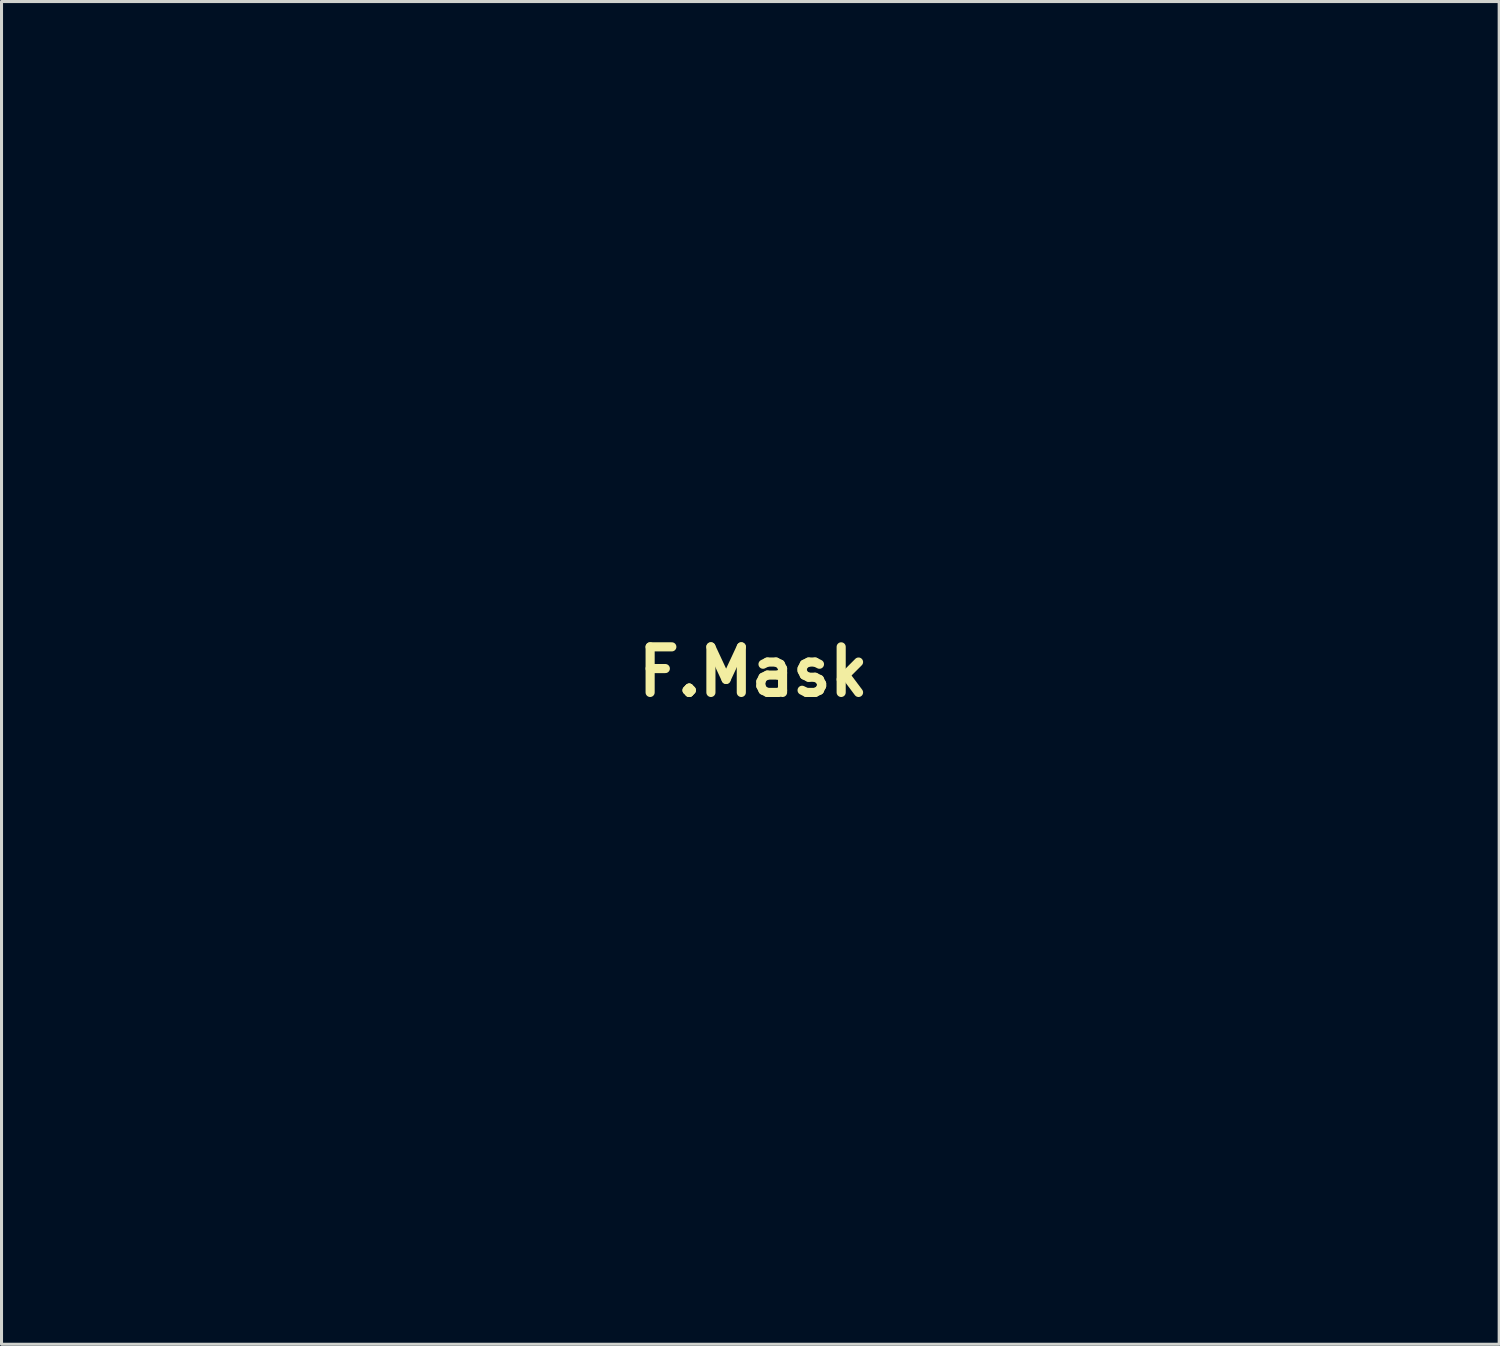
<source format=kicad_pcb>
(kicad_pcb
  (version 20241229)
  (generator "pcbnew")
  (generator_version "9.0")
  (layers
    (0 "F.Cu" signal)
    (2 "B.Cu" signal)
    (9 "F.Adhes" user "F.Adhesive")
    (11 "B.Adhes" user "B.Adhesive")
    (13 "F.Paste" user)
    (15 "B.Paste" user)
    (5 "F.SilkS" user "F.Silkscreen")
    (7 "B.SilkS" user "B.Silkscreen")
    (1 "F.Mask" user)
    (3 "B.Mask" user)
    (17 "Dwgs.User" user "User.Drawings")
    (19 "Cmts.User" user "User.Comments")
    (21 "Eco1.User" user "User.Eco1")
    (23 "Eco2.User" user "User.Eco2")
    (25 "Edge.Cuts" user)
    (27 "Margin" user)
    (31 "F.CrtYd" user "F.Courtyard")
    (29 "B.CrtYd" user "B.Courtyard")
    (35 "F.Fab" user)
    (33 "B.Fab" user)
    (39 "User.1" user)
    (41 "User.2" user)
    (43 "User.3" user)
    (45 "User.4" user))
  (footprint "F.Mask"
    (layer "F.Cu")
    (at 21.733 19.054)
    (property "Reference" "F.Mask" (at 0 0 0) (layer "F.SilkS") (effects (font (size 1.5 1.5) (thickness 0.3))))
    (attr board_only exclude_from_pos_files exclude_from_bom)
    (fp_poly (pts (xy -1.41 -4.146) (xy 0.191 -4.134) (xy 0.202 -0.943) (xy 0.213 2.247) (xy -1.399 2.247) (xy -3.011 2.247) (xy -3.011 -0.955) (xy -3.011 -4.157)) (stroke (width 0) (type solid)) (fill yes) (layer "F.Mask"))
    (fp_poly (pts (xy 17.848 12.488) (xy 17.871 12.505) (xy 17.85 12.548) (xy 17.768 12.633) (xy 17.633 12.752) (xy 17.455 12.898) (xy 17.241 13.066) (xy 17.001 13.247) (xy 16.743 13.435) (xy 16.476 13.623) (xy 16.472 13.625) (xy 16.265 13.766) (xy 16.117 13.862) (xy 16.017 13.918) (xy 15.956 13.941) (xy 15.923 13.934) (xy 15.914 13.918) (xy 15.886 13.847) (xy 15.834 13.72) (xy 15.769 13.563) (xy 15.746 13.507) (xy 15.682 13.348) (xy 15.633 13.215) (xy 15.607 13.131) (xy 15.605 13.117) (xy 15.645 13.08) (xy 15.764 13.026) (xy 15.965 12.956) (xy 16.247 12.867) (xy 16.61 12.762) (xy 16.962 12.664) (xy 17.267 12.583) (xy 17.5 12.526) (xy 17.669 12.492) (xy 17.782 12.48)) (stroke (width 0) (type solid)) (fill yes) (layer "F.Mask"))
    (fp_poly (pts (xy 6.148 9.222) (xy 6.292 9.294) (xy 6.493 9.408) (xy 6.755 9.567) (xy 6.954 9.692) (xy 7.183 9.839) (xy 7.433 10.004) (xy 7.694 10.18) (xy 7.959 10.36) (xy 8.216 10.538) (xy 8.458 10.708) (xy 8.675 10.862) (xy 8.857 10.995) (xy 8.995 11.1) (xy 9.081 11.171) (xy 9.104 11.199) (xy 9.071 11.236) (xy 8.987 11.316) (xy 8.865 11.428) (xy 8.718 11.561) (xy 8.558 11.704) (xy 8.398 11.846) (xy 8.251 11.974) (xy 8.129 12.079) (xy 8.046 12.147) (xy 8.015 12.169) (xy 7.984 12.137) (xy 7.911 12.046) (xy 7.803 11.907) (xy 7.669 11.731) (xy 7.516 11.528) (xy 7.484 11.485) (xy 7.155 11.038) (xy 6.862 10.631) (xy 6.608 10.267) (xy 6.395 9.951) (xy 6.226 9.684) (xy 6.103 9.472) (xy 6.027 9.316) (xy 6.001 9.222) (xy 6.009 9.197) (xy 6.055 9.191)) (stroke (width 0) (type solid)) (fill yes) (layer "F.Mask"))
    (fp_poly (pts (xy 6.994 13.274) (xy 7.143 13.279) (xy 7.234 13.29) (xy 7.279 13.308) (xy 7.293 13.335) (xy 7.293 13.34) (xy 7.29 13.424) (xy 7.279 13.569) (xy 7.264 13.754) (xy 7.245 13.957) (xy 7.226 14.159) (xy 7.208 14.337) (xy 7.193 14.47) (xy 7.184 14.534) (xy 7.14 14.61) (xy 7.091 14.626) (xy 7.032 14.616) (xy 6.902 14.589) (xy 6.711 14.547) (xy 6.472 14.494) (xy 6.195 14.432) (xy 5.893 14.362) (xy 5.852 14.353) (xy 5.533 14.28) (xy 5.226 14.21) (xy 4.945 14.148) (xy 4.704 14.095) (xy 4.518 14.055) (xy 4.4 14.032) (xy 4.399 14.032) (xy 4.257 14.002) (xy 4.154 13.972) (xy 4.113 13.948) (xy 4.113 13.948) (xy 4.153 13.913) (xy 4.264 13.861) (xy 4.436 13.794) (xy 4.659 13.718) (xy 4.922 13.634) (xy 5.215 13.547) (xy 5.528 13.46) (xy 5.831 13.38) (xy 6.063 13.327) (xy 6.275 13.295) (xy 6.501 13.278) (xy 6.774 13.273)) (stroke (width 0) (type solid)) (fill yes) (layer "F.Mask"))
    (fp_poly (pts (xy 15.711 8.792) (xy 15.703 8.911) (xy 15.682 9.075) (xy 15.65 9.27) (xy 15.609 9.485) (xy 15.56 9.706) (xy 15.506 9.921) (xy 15.45 10.118) (xy 15.424 10.199) (xy 15.361 10.373) (xy 15.28 10.581) (xy 15.188 10.809) (xy 15.089 11.044) (xy 14.989 11.272) (xy 14.895 11.482) (xy 14.812 11.659) (xy 14.746 11.79) (xy 14.702 11.862) (xy 14.69 11.872) (xy 14.634 11.852) (xy 14.528 11.798) (xy 14.398 11.724) (xy 14.266 11.64) (xy 14.112 11.537) (xy 13.953 11.426) (xy 13.804 11.318) (xy 13.68 11.224) (xy 13.596 11.155) (xy 13.569 11.124) (xy 13.597 11.089) (xy 13.674 10.998) (xy 13.796 10.858) (xy 13.955 10.676) (xy 14.147 10.459) (xy 14.363 10.215) (xy 14.599 9.949) (xy 14.616 9.931) (xy 14.853 9.664) (xy 15.073 9.418) (xy 15.267 9.199) (xy 15.431 9.015) (xy 15.558 8.872) (xy 15.642 8.778) (xy 15.676 8.739) (xy 15.676 8.739) (xy 15.702 8.731)) (stroke (width 0) (type solid)) (fill yes) (layer "F.Mask"))
    (fp_poly (pts (xy 11.43 6.823) (xy 11.473 6.927) (xy 11.53 7.083) (xy 11.598 7.275) (xy 11.671 7.49) (xy 11.745 7.712) (xy 11.814 7.927) (xy 11.873 8.119) (xy 11.918 8.275) (xy 11.932 8.332) (xy 11.97 8.506) (xy 12.01 8.719) (xy 12.043 8.924) (xy 12.043 8.926) (xy 12.064 9.054) (xy 12.1 9.242) (xy 12.145 9.473) (xy 12.198 9.731) (xy 12.253 9.998) (xy 12.309 10.258) (xy 12.36 10.493) (xy 12.404 10.686) (xy 12.437 10.821) (xy 12.448 10.858) (xy 12.448 10.896) (xy 12.408 10.909) (xy 12.31 10.902) (xy 12.245 10.893) (xy 12.117 10.883) (xy 11.927 10.879) (xy 11.698 10.879) (xy 11.455 10.883) (xy 11.218 10.892) (xy 11.012 10.903) (xy 10.859 10.918) (xy 10.84 10.921) (xy 10.755 10.927) (xy 10.73 10.891) (xy 10.736 10.824) (xy 10.788 10.494) (xy 10.844 10.135) (xy 10.905 9.755) (xy 10.968 9.364) (xy 11.032 8.971) (xy 11.095 8.584) (xy 11.157 8.213) (xy 11.215 7.865) (xy 11.268 7.551) (xy 11.315 7.279) (xy 11.354 7.058) (xy 11.384 6.896) (xy 11.402 6.804) (xy 11.408 6.785)) (stroke (width 0) (type solid)) (fill yes) (layer "F.Mask"))
    (fp_poly (pts (xy 11.555 12.013) (xy 11.898 12.026) (xy 12.174 12.045) (xy 12.404 12.074) (xy 12.605 12.117) (xy 12.796 12.177) (xy 12.997 12.256) (xy 13.095 12.3) (xy 13.519 12.537) (xy 13.925 12.854) (xy 14.31 13.249) (xy 14.672 13.717) (xy 15.007 14.257) (xy 15.179 14.581) (xy 15.263 14.755) (xy 15.329 14.901) (xy 15.369 15.001) (xy 15.376 15.041) (xy 15.312 15.069) (xy 15.179 15.101) (xy 14.993 15.134) (xy 14.768 15.167) (xy 14.521 15.197) (xy 14.267 15.222) (xy 14.267 15.222) (xy 14.145 15.228) (xy 13.951 15.234) (xy 13.693 15.239) (xy 13.381 15.244) (xy 13.023 15.248) (xy 12.629 15.251) (xy 12.207 15.254) (xy 11.767 15.256) (xy 11.318 15.258) (xy 10.869 15.259) (xy 10.428 15.259) (xy 10.005 15.258) (xy 9.609 15.257) (xy 9.248 15.254) (xy 8.933 15.251) (xy 8.671 15.247) (xy 8.472 15.243) (xy 8.345 15.237) (xy 8.315 15.234) (xy 8.171 15.217) (xy 8.199 14.764) (xy 8.252 14.289) (xy 8.356 13.868) (xy 8.519 13.486) (xy 8.697 13.203) (xy 10.26 13.203) (xy 10.321 13.384) (xy 10.446 13.552) (xy 10.633 13.696) (xy 10.879 13.808) (xy 11.11 13.866) (xy 11.226 13.883) (xy 11.329 13.888) (xy 11.449 13.879) (xy 11.613 13.855) (xy 11.68 13.844) (xy 11.92 13.775) (xy 12.127 13.658) (xy 12.291 13.507) (xy 12.403 13.332) (xy 12.452 13.146) (xy 12.427 12.962) (xy 12.424 12.954) (xy 12.327 12.781) (xy 12.169 12.632) (xy 11.979 12.516) (xy 11.866 12.461) (xy 11.76 12.428) (xy 11.634 12.41) (xy 11.462 12.404) (xy 11.364 12.403) (xy 11.163 12.406) (xy 11.017 12.419) (xy 10.9 12.446) (xy 10.781 12.493) (xy 10.717 12.523) (xy 10.492 12.667) (xy 10.343 12.835) (xy 10.266 13.017) (xy 10.26 13.203) (xy 8.697 13.203) (xy 8.747 13.124) (xy 9.049 12.767) (xy 9.128 12.686) (xy 9.358 12.48) (xy 9.606 12.315) (xy 9.882 12.188) (xy 10.196 12.098) (xy 10.559 12.04) (xy 10.981 12.012) (xy 11.473 12.011)) (stroke (width 0) (type solid)) (fill yes) (layer "F.Mask"))
    (fp_poly (pts (xy 0.167 -19.052) (xy 0.437 -19.041) (xy 0.665 -19.021) (xy 0.784 -19.002) (xy 1.454 -18.825) (xy 2.066 -18.586) (xy 2.622 -18.285) (xy 3.124 -17.92) (xy 3.577 -17.489) (xy 3.928 -17.064) (xy 4.222 -16.621) (xy 4.472 -16.144) (xy 4.685 -15.617) (xy 4.865 -15.028) (xy 4.917 -14.822) (xy 5.065 -14.324) (xy 5.255 -13.889) (xy 5.495 -13.501) (xy 5.796 -13.146) (xy 6.117 -12.848) (xy 6.643 -12.459) (xy 7.216 -12.134) (xy 7.821 -11.881) (xy 8.152 -11.778) (xy 8.234 -11.756) (xy 8.313 -11.738) (xy 8.395 -11.723) (xy 8.49 -11.711) (xy 8.607 -11.702) (xy 8.752 -11.695) (xy 8.934 -11.689) (xy 9.162 -11.686) (xy 9.443 -11.684) (xy 9.787 -11.683) (xy 10.2 -11.682) (xy 10.58 -11.682) (xy 11.057 -11.683) (xy 11.561 -11.684) (xy 12.076 -11.686) (xy 12.584 -11.688) (xy 13.067 -11.691) (xy 13.509 -11.694) (xy 13.893 -11.697) (xy 14.057 -11.699) (xy 14.456 -11.703) (xy 14.781 -11.705) (xy 15.042 -11.704) (xy 15.25 -11.7) (xy 15.415 -11.693) (xy 15.547 -11.682) (xy 15.658 -11.667) (xy 15.757 -11.648) (xy 15.763 -11.647) (xy 16.336 -11.475) (xy 16.88 -11.228) (xy 17.388 -10.911) (xy 17.855 -10.53) (xy 18.276 -10.091) (xy 18.646 -9.599) (xy 18.959 -9.06) (xy 19.21 -8.48) (xy 19.392 -7.865) (xy 19.407 -7.801) (xy 19.416 -7.752) (xy 19.425 -7.691) (xy 19.433 -7.616) (xy 19.44 -7.521) (xy 19.446 -7.402) (xy 19.452 -7.257) (xy 19.457 -7.079) (xy 19.462 -6.865) (xy 19.466 -6.612) (xy 19.47 -6.314) (xy 19.473 -5.968) (xy 19.476 -5.57) (xy 19.479 -5.115) (xy 19.482 -4.599) (xy 19.485 -4.019) (xy 19.487 -3.369) (xy 19.489 -2.647) (xy 19.492 -1.847) (xy 19.494 -1.128) (xy 19.496 -0.271) (xy 19.498 0.507) (xy 19.5 1.209) (xy 19.501 1.841) (xy 19.502 2.407) (xy 19.503 2.911) (xy 19.502 3.359) (xy 19.502 3.756) (xy 19.5 4.106) (xy 19.498 4.413) (xy 19.496 4.683) (xy 19.492 4.921) (xy 19.488 5.13) (xy 19.482 5.316) (xy 19.476 5.484) (xy 19.469 5.638) (xy 19.461 5.783) (xy 19.451 5.923) (xy 19.441 6.064) (xy 19.429 6.21) (xy 19.416 6.367) (xy 19.413 6.398) (xy 19.38 6.86) (xy 19.353 7.373) (xy 19.333 7.925) (xy 19.319 8.5) (xy 19.311 9.085) (xy 19.31 9.666) (xy 19.315 10.228) (xy 19.327 10.758) (xy 19.346 11.241) (xy 19.371 11.664) (xy 19.392 11.916) (xy 19.508 12.909) (xy 19.652 13.833) (xy 19.826 14.7) (xy 20.035 15.52) (xy 20.282 16.307) (xy 20.57 17.072) (xy 20.903 17.827) (xy 21.284 18.584) (xy 21.387 18.774) (xy 21.475 18.937) (xy 21.525 19.039) (xy 21.542 19.096) (xy 21.528 19.119) (xy 21.488 19.124) (xy 21.485 19.124) (xy 21.44 19.112) (xy 21.391 19.068) (xy 21.331 18.981) (xy 21.252 18.839) (xy 21.147 18.631) (xy 21.144 18.626) (xy 21.067 18.473) (xy 20.957 18.258) (xy 20.818 17.992) (xy 20.659 17.687) (xy 20.485 17.355) (xy 20.302 17.008) (xy 20.117 16.659) (xy 20.115 16.656) (xy 19.937 16.32) (xy 19.768 16) (xy 19.613 15.703) (xy 19.476 15.441) (xy 19.363 15.223) (xy 19.279 15.058) (xy 19.229 14.957) (xy 19.225 14.948) (xy 19.181 14.841) (xy 19.141 14.719) (xy 19.103 14.575) (xy 19.068 14.402) (xy 19.034 14.195) (xy 19.001 13.948) (xy 18.968 13.655) (xy 18.934 13.309) (xy 18.899 12.904) (xy 18.861 12.435) (xy 18.821 11.895) (xy 18.777 11.278) (xy 18.764 11.089) (xy 18.712 10.377) (xy 18.663 9.746) (xy 18.615 9.189) (xy 18.567 8.703) (xy 18.52 8.283) (xy 18.471 7.923) (xy 18.422 7.62) (xy 18.372 7.367) (xy 18.318 7.161) (xy 18.263 6.998) (xy 18.192 6.846) (xy 18.115 6.751) (xy 18.017 6.689) (xy 17.811 6.61) (xy 17.525 6.536) (xy 17.158 6.468) (xy 16.71 6.404) (xy 16.182 6.346) (xy 15.572 6.293) (xy 14.879 6.245) (xy 14.105 6.202) (xy 13.247 6.164) (xy 12.307 6.131) (xy 11.283 6.102) (xy 10.174 6.079) (xy 9.498 6.068) (xy 9.257 6.065) (xy 8.942 6.063) (xy 8.558 6.061) (xy 8.109 6.059) (xy 7.601 6.058) (xy 7.037 6.057) (xy 6.423 6.056) (xy 5.763 6.056) (xy 5.062 6.056) (xy 4.324 6.056) (xy 3.555 6.057) (xy 2.758 6.058) (xy 1.94 6.059) (xy 1.104 6.06) (xy 0.254 6.062) (xy -0.603 6.064) (xy -1.464 6.066) (xy -2.324 6.068) (xy -3.178 6.071) (xy -4.022 6.074) (xy -4.85 6.077) (xy -5.659 6.08) (xy -6.443 6.083) (xy -7.197 6.086) (xy -7.918 6.09) (xy -8.6 6.093) (xy -9.239 6.097) (xy -9.83 6.1) (xy -10.368 6.104) (xy -10.848 6.108) (xy -11.267 6.112) (xy -11.619 6.116) (xy -11.899 6.119) (xy -12.103 6.123) (xy -12.212 6.127) (xy -12.383 6.133) (xy -12.624 6.141) (xy -12.921 6.151) (xy -13.26 6.162) (xy -13.625 6.173) (xy -14.004 6.185) (xy -14.269 6.193) (xy -15.192 6.222) (xy -16.054 6.256) (xy -16.852 6.294) (xy -17.586 6.336) (xy -18.251 6.381) (xy -18.848 6.43) (xy -19.373 6.482) (xy -19.824 6.537) (xy -20.199 6.594) (xy -20.497 6.655) (xy -20.714 6.717) (xy -20.85 6.782) (xy -20.876 6.804) (xy -20.906 6.853) (xy -20.932 6.941) (xy -20.955 7.078) (xy -20.977 7.275) (xy -20.999 7.54) (xy -21.011 7.718) (xy -21.031 8.002) (xy -21.049 8.212) (xy -21.067 8.359) (xy -21.085 8.452) (xy -21.107 8.503) (xy -21.134 8.522) (xy -21.144 8.523) (xy -21.177 8.51) (xy -21.191 8.457) (xy -21.189 8.349) (xy -21.18 8.237) (xy -21.172 8.073) (xy -21.174 7.841) (xy -21.182 7.555) (xy -21.198 7.233) (xy -21.219 6.888) (xy -21.245 6.538) (xy -21.276 6.198) (xy -21.307 5.899) (xy -21.323 5.735) (xy -21.341 5.499) (xy -21.359 5.204) (xy -21.379 4.863) (xy -21.397 4.488) (xy -21.415 4.093) (xy -21.427 3.816) (xy -20.82 3.816) (xy -20.82 5.385) (xy -14.481 5.385) (xy -8.142 5.385) (xy -8.142 3.816) (xy -8.142 2.247) (xy -14.481 2.247) (xy -20.82 2.247) (xy -20.82 3.816) (xy -21.427 3.816) (xy -21.432 3.689) (xy -21.435 3.601) (xy -21.452 3.137) (xy -21.471 2.625) (xy -21.492 2.088) (xy -21.512 1.551) (xy -21.532 1.035) (xy -21.55 0.564) (xy -21.562 0.276) (xy -21.596 -0.596) (xy -21.605 -0.823) (xy -20.986 -0.823) (xy -20.978 -0.781) (xy -20.951 -0.668) (xy -20.908 -0.496) (xy -20.851 -0.276) (xy -20.784 -0.018) (xy -20.71 0.266) (xy -20.631 0.565) (xy -20.55 0.867) (xy -20.471 1.162) (xy -20.396 1.439) (xy -20.329 1.686) (xy -20.272 1.893) (xy -20.228 2.047) (xy -20.2 2.139) (xy -20.195 2.153) (xy -20.14 2.192) (xy -20.083 2.188) (xy -20.032 2.174) (xy -19.904 2.14) (xy -19.704 2.086) (xy -19.435 2.015) (xy -19.103 1.926) (xy -18.712 1.821) (xy -18.267 1.702) (xy -17.772 1.569) (xy -17.233 1.425) (xy -16.653 1.269) (xy -16.037 1.105) (xy -15.391 0.931) (xy -14.718 0.751) (xy -14.472 0.685) (xy -6.144 0.685) (xy -6.144 1.139) (xy -6.142 1.531) (xy -6.137 1.867) (xy -6.131 2.153) (xy -6.121 2.395) (xy -6.109 2.599) (xy -6.092 2.771) (xy -6.072 2.916) (xy -6.048 3.04) (xy -6.018 3.149) (xy -5.984 3.25) (xy -5.944 3.346) (xy -5.898 3.446) (xy -5.846 3.553) (xy -5.831 3.583) (xy -5.566 4.036) (xy -5.241 4.432) (xy -4.861 4.768) (xy -4.432 5.038) (xy -3.96 5.237) (xy -3.74 5.302) (xy -3.441 5.354) (xy -3.095 5.374) (xy -2.736 5.365) (xy -2.394 5.326) (xy -2.101 5.258) (xy -2.099 5.258) (xy -1.605 5.06) (xy -1.162 4.796) (xy -0.775 4.47) (xy -0.447 4.086) (xy -0.181 3.646) (xy -0.173 3.629) (xy -0.096 3.464) (xy -0.033 3.305) (xy 0.023 3.131) (xy 0.078 2.921) (xy 0.138 2.655) (xy 0.162 2.544) (xy 0.173 2.519) (xy 0.182 2.561) (xy 0.19 2.673) (xy 0.197 2.858) (xy 0.201 3.119) (xy 0.205 3.46) (xy 0.207 3.869) (xy 0.212 5.385) (xy 1.781 5.385) (xy 3.35 5.385) (xy 5.934 5.385) (xy 7.504 5.385) (xy 9.074 5.385) (xy 9.074 2.389) (xy 9.075 1.894) (xy 9.076 1.425) (xy 9.077 0.989) (xy 9.079 0.593) (xy 9.082 0.242) (xy 9.084 -0.055) (xy 9.087 -0.293) (xy 9.091 -0.464) (xy 9.095 -0.563) (xy 9.098 -0.585) (xy 9.117 -0.535) (xy 9.15 -0.424) (xy 9.19 -0.272) (xy 9.204 -0.212) (xy 9.36 0.262) (xy 9.589 0.703) (xy 9.885 1.104) (xy 10.239 1.457) (xy 10.645 1.752) (xy 11.094 1.982) (xy 11.301 2.06) (xy 11.661 2.149) (xy 12.061 2.196) (xy 12.469 2.199) (xy 12.85 2.156) (xy 12.916 2.143) (xy 13.404 1.994) (xy 13.859 1.772) (xy 14.271 1.483) (xy 14.632 1.134) (xy 14.934 0.733) (xy 15.093 0.449) (xy 15.17 0.284) (xy 15.233 0.125) (xy 15.288 -0.049) (xy 15.343 -0.259) (xy 15.403 -0.525) (xy 15.427 -0.636) (xy 15.436 -0.638) (xy 15.443 -0.556) (xy 15.45 -0.39) (xy 15.456 -0.141) (xy 15.461 0.193) (xy 15.465 0.61) (xy 15.469 1.112) (xy 15.471 1.698) (xy 15.472 2.279) (xy 15.477 5.385) (xy 17.046 5.385) (xy 18.615 5.385) (xy 18.615 0.557) (xy 18.615 -0.219) (xy 18.615 -0.916) (xy 18.614 -1.537) (xy 18.613 -2.088) (xy 18.611 -2.573) (xy 18.608 -2.999) (xy 18.604 -3.369) (xy 18.598 -3.688) (xy 18.591 -3.961) (xy 18.582 -4.194) (xy 18.572 -4.39) (xy 18.559 -4.555) (xy 18.543 -4.694) (xy 18.525 -4.812) (xy 18.505 -4.913) (xy 18.481 -5.003) (xy 18.455 -5.086) (xy 18.425 -5.167) (xy 18.392 -5.251) (xy 18.385 -5.268) (xy 18.152 -5.734) (xy 17.853 -6.151) (xy 17.494 -6.513) (xy 17.082 -6.813) (xy 16.622 -7.046) (xy 16.254 -7.173) (xy 15.935 -7.237) (xy 15.574 -7.267) (xy 15.204 -7.263) (xy 14.859 -7.226) (xy 14.693 -7.19) (xy 14.206 -7.021) (xy 13.759 -6.782) (xy 13.36 -6.479) (xy 13.014 -6.12) (xy 12.728 -5.711) (xy 12.507 -5.26) (xy 12.358 -4.772) (xy 12.319 -4.558) (xy 12.287 -4.346) (xy 12.209 -4.728) (xy 12.067 -5.215) (xy 11.852 -5.669) (xy 11.57 -6.082) (xy 11.229 -6.446) (xy 10.835 -6.755) (xy 10.396 -7) (xy 9.919 -7.175) (xy 9.859 -7.191) (xy 9.541 -7.247) (xy 9.179 -7.269) (xy 8.809 -7.257) (xy 8.463 -7.212) (xy 8.298 -7.173) (xy 7.808 -6.993) (xy 7.362 -6.743) (xy 6.966 -6.429) (xy 6.623 -6.055) (xy 6.341 -5.628) (xy 6.124 -5.153) (xy 6.033 -4.866) (xy 6.022 -4.82) (xy 6.012 -4.764) (xy 6.004 -4.694) (xy 5.996 -4.604) (xy 5.989 -4.491) (xy 5.983 -4.349) (xy 5.977 -4.174) (xy 5.973 -3.961) (xy 5.968 -3.705) (xy 5.965 -3.401) (xy 5.962 -3.046) (xy 5.959 -2.633) (xy 5.956 -2.159) (xy 5.954 -1.619) (xy 5.952 -1.008) (xy 5.95 -0.321) (xy 5.948 0.392) (xy 5.934 5.385) (xy 3.35 5.385) (xy 3.35 -0.954) (xy 3.35 -7.293) (xy 1.781 -7.293) (xy 0.212 -7.293) (xy 0.208 -5.778) (xy 0.206 -5.348) (xy 0.202 -5.002) (xy 0.197 -4.737) (xy 0.19 -4.551) (xy 0.181 -4.444) (xy 0.171 -4.413) (xy 0.164 -4.431) (xy 0.133 -4.566) (xy 0.093 -4.74) (xy 0.062 -4.876) (xy 0.015 -5.038) (xy -0.059 -5.241) (xy -0.149 -5.453) (xy -0.197 -5.555) (xy -0.297 -5.747) (xy -0.394 -5.904) (xy -0.507 -6.051) (xy -0.653 -6.211) (xy -0.781 -6.341) (xy -1.152 -6.668) (xy -1.533 -6.918) (xy -1.942 -7.099) (xy -2.393 -7.218) (xy -2.638 -7.257) (xy -3.126 -7.277) (xy -3.613 -7.216) (xy -4.091 -7.076) (xy -4.551 -6.859) (xy -4.985 -6.569) (xy -5.077 -6.494) (xy -5.339 -6.234) (xy -5.586 -5.911) (xy -5.804 -5.546) (xy -5.98 -5.16) (xy -6.028 -5.025) (xy -6.127 -4.728) (xy -6.139 -1.103) (xy -6.142 -0.43) (xy -6.143 0.164) (xy -6.144 0.685) (xy -14.472 0.685) (xy -14.023 0.565) (xy -14.005 0.56) (xy -13.311 0.374) (xy -12.639 0.194) (xy -11.994 0.02) (xy -11.381 -0.145) (xy -10.804 -0.3) (xy -10.268 -0.445) (xy -9.777 -0.578) (xy -9.336 -0.698) (xy -8.949 -0.803) (xy -8.621 -0.893) (xy -8.357 -0.966) (xy -8.16 -1.02) (xy -8.037 -1.056) (xy -7.99 -1.07) (xy -7.99 -1.07) (xy -7.996 -1.115) (xy -8.021 -1.229) (xy -8.062 -1.403) (xy -8.117 -1.626) (xy -8.183 -1.885) (xy -8.256 -2.17) (xy -8.334 -2.47) (xy -8.414 -2.773) (xy -8.493 -3.068) (xy -8.567 -3.345) (xy -8.635 -3.591) (xy -8.693 -3.796) (xy -8.737 -3.948) (xy -8.766 -4.037) (xy -8.773 -4.052) (xy -8.817 -4.048) (xy -8.943 -4.022) (xy -9.148 -3.973) (xy -9.431 -3.903) (xy -9.791 -3.812) (xy -10.228 -3.7) (xy -10.74 -3.567) (xy -11.325 -3.414) (xy -11.983 -3.24) (xy -12.713 -3.047) (xy -13.513 -2.834) (xy -14.383 -2.602) (xy -14.884 -2.468) (xy -15.583 -2.28) (xy -16.26 -2.099) (xy -16.91 -1.924) (xy -17.529 -1.758) (xy -18.111 -1.602) (xy -18.653 -1.456) (xy -19.149 -1.322) (xy -19.596 -1.201) (xy -19.989 -1.095) (xy -20.324 -1.005) (xy -20.595 -0.931) (xy -20.798 -0.875) (xy -20.93 -0.839) (xy -20.984 -0.823) (xy -20.986 -0.823) (xy -21.605 -0.823) (xy -21.627 -1.388) (xy -21.653 -2.104) (xy -21.676 -2.75) (xy -21.695 -3.329) (xy -21.71 -3.847) (xy -21.721 -4.307) (xy -21.728 -4.716) (xy -21.732 -5.076) (xy -21.733 -5.394) (xy -21.73 -5.672) (xy -21.729 -5.725) (xy -20.82 -5.725) (xy -20.82 -4.156) (xy -14.481 -4.156) (xy -8.142 -4.156) (xy -8.142 -5.725) (xy -8.142 -7.293) (xy -14.481 -7.293) (xy -20.82 -7.293) (xy -20.82 -5.725) (xy -21.729 -5.725) (xy -21.723 -5.917) (xy -21.714 -6.133) (xy -21.7 -6.324) (xy -21.684 -6.495) (xy -21.664 -6.65) (xy -21.643 -6.785) (xy -21.487 -7.447) (xy -21.255 -8.079) (xy -20.951 -8.678) (xy -20.582 -9.236) (xy -20.152 -9.75) (xy -19.665 -10.213) (xy -19.128 -10.621) (xy -18.545 -10.969) (xy -17.921 -11.25) (xy -17.261 -11.461) (xy -17.046 -11.512) (xy -16.904 -11.537) (xy -16.717 -11.559) (xy -16.483 -11.579) (xy -16.197 -11.597) (xy -15.856 -11.612) (xy -15.456 -11.624) (xy -14.994 -11.635) (xy -14.464 -11.643) (xy -13.865 -11.65) (xy -13.191 -11.655) (xy -12.44 -11.658) (xy -11.718 -11.659) (xy -11.103 -11.66) (xy -10.568 -11.661) (xy -10.105 -11.663) (xy -9.711 -11.666) (xy -9.378 -11.67) (xy -9.101 -11.675) (xy -8.875 -11.681) (xy -8.693 -11.688) (xy -8.551 -11.697) (xy -8.441 -11.707) (xy -8.359 -11.718) (xy -8.347 -11.721) (xy -7.767 -11.873) (xy -7.207 -12.1) (xy -6.682 -12.394) (xy -6.203 -12.75) (xy -5.871 -13.065) (xy -5.635 -13.332) (xy -5.442 -13.594) (xy -5.281 -13.871) (xy -5.142 -14.183) (xy -5.066 -14.402) (xy -1.955 -14.402) (xy -1.916 -13.986) (xy -1.8 -13.604) (xy -1.613 -13.262) (xy -1.357 -12.965) (xy -1.036 -12.72) (xy -0.88 -12.632) (xy -0.722 -12.559) (xy -0.567 -12.498) (xy -0.477 -12.47) (xy -0.237 -12.436) (xy 0.041 -12.43) (xy 0.32 -12.45) (xy 0.561 -12.496) (xy 0.588 -12.504) (xy 0.889 -12.621) (xy 1.145 -12.775) (xy 1.386 -12.987) (xy 1.453 -13.057) (xy 1.699 -13.38) (xy 1.87 -13.732) (xy 1.968 -14.102) (xy 1.99 -14.479) (xy 1.939 -14.852) (xy 1.812 -15.213) (xy 1.61 -15.55) (xy 1.481 -15.706) (xy 1.17 -15.99) (xy 0.828 -16.195) (xy 0.457 -16.321) (xy 0.06 -16.367) (xy 0.028 -16.367) (xy -0.382 -16.328) (xy -0.76 -16.215) (xy -1.098 -16.036) (xy -1.39 -15.797) (xy -1.629 -15.506) (xy -1.807 -15.17) (xy -1.918 -14.794) (xy -1.955 -14.402) (xy -5.066 -14.402) (xy -5.014 -14.55) (xy -4.946 -14.778) (xy -4.874 -15.014) (xy -4.795 -15.259) (xy -4.719 -15.481) (xy -4.668 -15.617) (xy -4.369 -16.268) (xy -4.015 -16.857) (xy -3.609 -17.383) (xy -3.152 -17.844) (xy -2.647 -18.237) (xy -2.096 -18.562) (xy -1.501 -18.815) (xy -0.865 -18.994) (xy -0.827 -19.003) (xy -0.642 -19.029) (xy -0.397 -19.046) (xy -0.119 -19.054)) (stroke (width 0) (type solid)) (fill yes) (layer "F.Mask")))
  (gr_rect
    (start -3 -3)
    (end 46.275 41.178)
    (stroke (width 0.1) (type default))
    (fill no)
    (layer "Edge.Cuts")))
</source>
